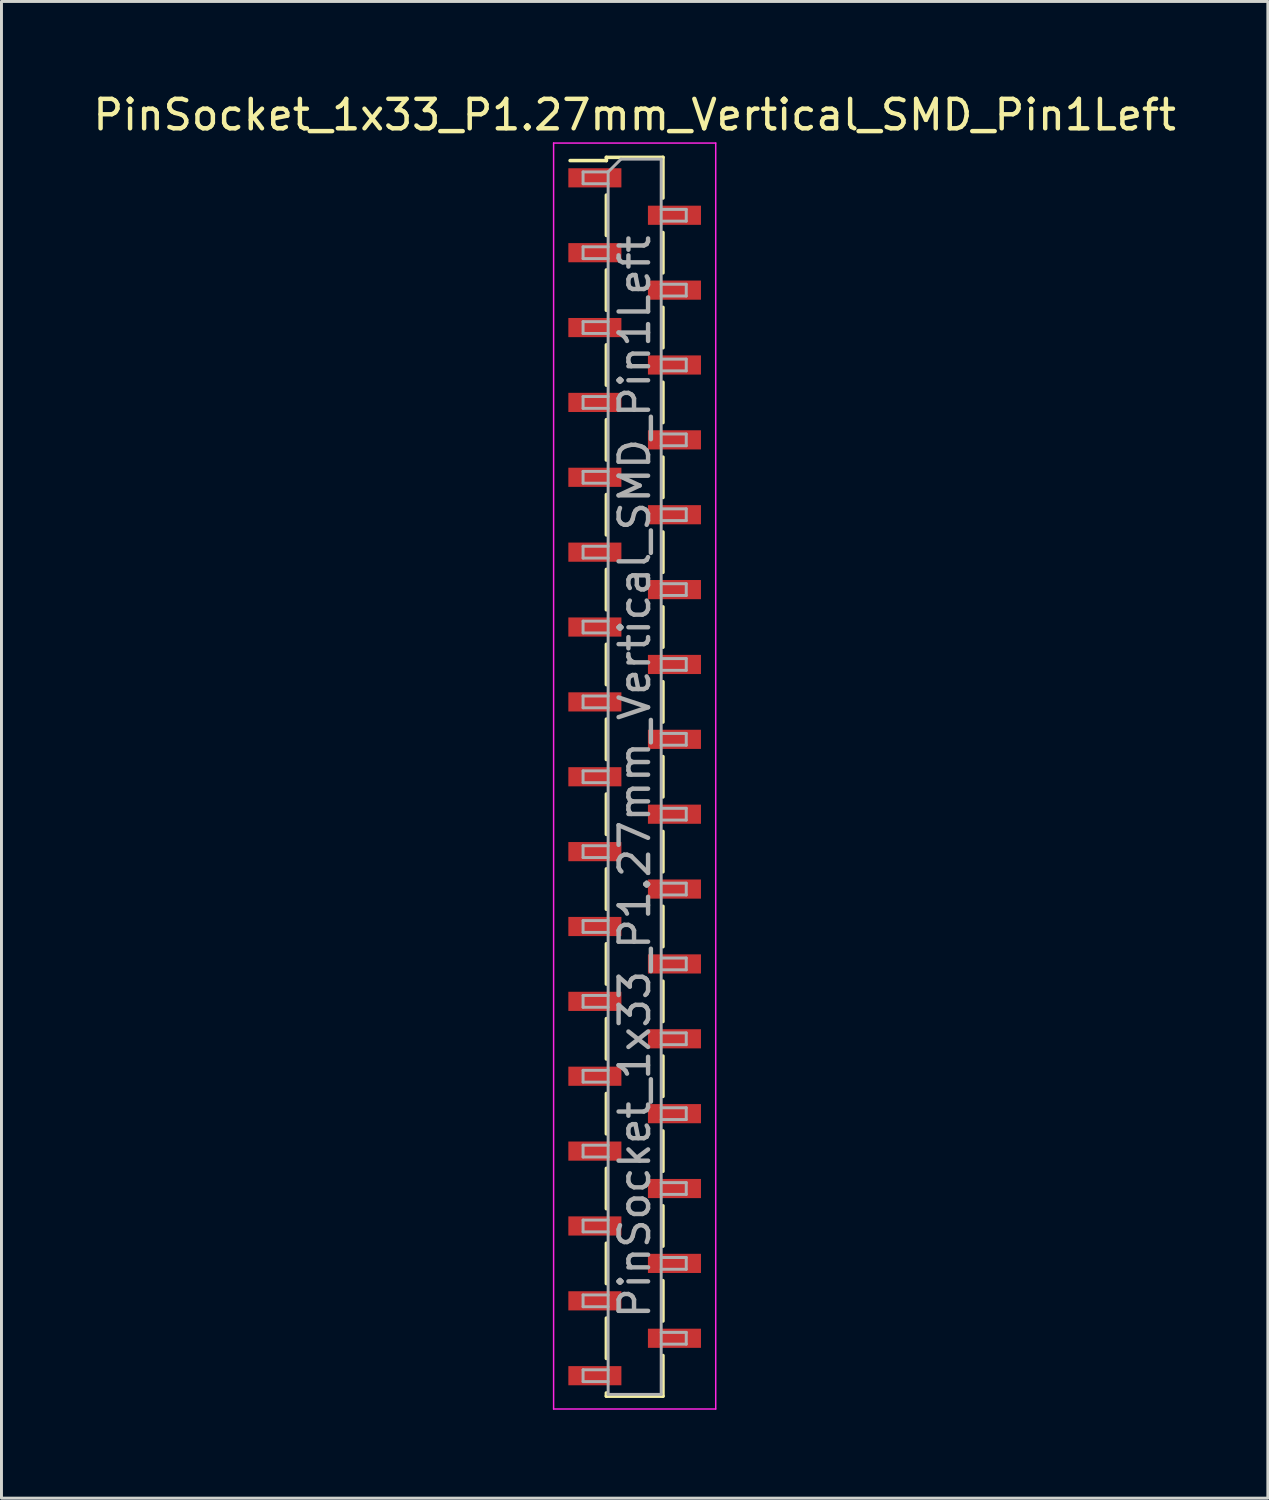
<source format=kicad_pcb>
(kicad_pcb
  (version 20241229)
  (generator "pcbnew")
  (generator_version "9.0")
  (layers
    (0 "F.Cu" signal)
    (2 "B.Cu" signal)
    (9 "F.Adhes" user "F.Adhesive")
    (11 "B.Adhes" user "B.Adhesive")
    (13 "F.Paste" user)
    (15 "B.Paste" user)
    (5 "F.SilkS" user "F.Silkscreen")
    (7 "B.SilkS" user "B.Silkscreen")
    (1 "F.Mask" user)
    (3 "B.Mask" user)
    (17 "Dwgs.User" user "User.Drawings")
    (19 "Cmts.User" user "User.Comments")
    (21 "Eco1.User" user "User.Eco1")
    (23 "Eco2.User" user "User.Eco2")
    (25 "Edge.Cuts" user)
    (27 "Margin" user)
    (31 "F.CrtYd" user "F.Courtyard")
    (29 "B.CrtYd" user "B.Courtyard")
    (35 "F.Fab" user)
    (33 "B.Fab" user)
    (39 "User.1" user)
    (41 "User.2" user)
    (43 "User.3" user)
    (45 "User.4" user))
  (footprint "PinSocket_1x33_P1.27mm_Vertical_SMD_Pin1Left"
    (layer "F.Cu")
    (at 18.482 23.303)
    (property "Reference" "PinSocket_1x33_P1.27mm_Vertical_SMD_Pin1Left" (at 0 -22.455 0) (layer "F.SilkS") (effects (font (size 1 1) (thickness 0.15))))
    (attr smd)
    (fp_line (start -2.19 -20.905) (end -0.96 -20.905) (stroke (width 0.12) (type solid)) (layer "F.SilkS"))
    (fp_line (start -0.96 -21.015) (end -0.96 -20.905) (stroke (width 0.12) (type solid)) (layer "F.SilkS"))
    (fp_line (start -0.96 -21.015) (end 0.96 -21.015) (stroke (width 0.12) (type solid)) (layer "F.SilkS"))
    (fp_line (start -0.96 -19.735) (end -0.96 -18.365) (stroke (width 0.12) (type solid)) (layer "F.SilkS"))
    (fp_line (start -0.96 -17.195) (end -0.96 -15.825) (stroke (width 0.12) (type solid)) (layer "F.SilkS"))
    (fp_line (start -0.96 -14.655) (end -0.96 -13.285) (stroke (width 0.12) (type solid)) (layer "F.SilkS"))
    (fp_line (start -0.96 -12.115) (end -0.96 -10.745) (stroke (width 0.12) (type solid)) (layer "F.SilkS"))
    (fp_line (start -0.96 -9.575) (end -0.96 -8.205) (stroke (width 0.12) (type solid)) (layer "F.SilkS"))
    (fp_line (start -0.96 -7.035) (end -0.96 -5.665) (stroke (width 0.12) (type solid)) (layer "F.SilkS"))
    (fp_line (start -0.96 -4.495) (end -0.96 -3.125) (stroke (width 0.12) (type solid)) (layer "F.SilkS"))
    (fp_line (start -0.96 -1.955) (end -0.96 -0.585) (stroke (width 0.12) (type solid)) (layer "F.SilkS"))
    (fp_line (start -0.96 0.585) (end -0.96 1.955) (stroke (width 0.12) (type solid)) (layer "F.SilkS"))
    (fp_line (start -0.96 3.125) (end -0.96 4.495) (stroke (width 0.12) (type solid)) (layer "F.SilkS"))
    (fp_line (start -0.96 5.665) (end -0.96 7.035) (stroke (width 0.12) (type solid)) (layer "F.SilkS"))
    (fp_line (start -0.96 8.205) (end -0.96 9.575) (stroke (width 0.12) (type solid)) (layer "F.SilkS"))
    (fp_line (start -0.96 10.745) (end -0.96 12.115) (stroke (width 0.12) (type solid)) (layer "F.SilkS"))
    (fp_line (start -0.96 13.285) (end -0.96 14.655) (stroke (width 0.12) (type solid)) (layer "F.SilkS"))
    (fp_line (start -0.96 15.825) (end -0.96 17.195) (stroke (width 0.12) (type solid)) (layer "F.SilkS"))
    (fp_line (start -0.96 18.365) (end -0.96 19.735) (stroke (width 0.12) (type solid)) (layer "F.SilkS"))
    (fp_line (start -0.96 20.905) (end -0.96 21.015) (stroke (width 0.12) (type solid)) (layer "F.SilkS"))
    (fp_line (start -0.96 21.015) (end 0.96 21.015) (stroke (width 0.12) (type solid)) (layer "F.SilkS"))
    (fp_line (start 0.96 -21.015) (end 0.96 -19.635) (stroke (width 0.12) (type solid)) (layer "F.SilkS"))
    (fp_line (start 0.96 -18.465) (end 0.96 -17.095) (stroke (width 0.12) (type solid)) (layer "F.SilkS"))
    (fp_line (start 0.96 -15.925) (end 0.96 -14.555) (stroke (width 0.12) (type solid)) (layer "F.SilkS"))
    (fp_line (start 0.96 -13.385) (end 0.96 -12.015) (stroke (width 0.12) (type solid)) (layer "F.SilkS"))
    (fp_line (start 0.96 -10.845) (end 0.96 -9.475) (stroke (width 0.12) (type solid)) (layer "F.SilkS"))
    (fp_line (start 0.96 -8.305) (end 0.96 -6.935) (stroke (width 0.12) (type solid)) (layer "F.SilkS"))
    (fp_line (start 0.96 -5.765) (end 0.96 -4.395) (stroke (width 0.12) (type solid)) (layer "F.SilkS"))
    (fp_line (start 0.96 -3.225) (end 0.96 -1.855) (stroke (width 0.12) (type solid)) (layer "F.SilkS"))
    (fp_line (start 0.96 -0.685) (end 0.96 0.685) (stroke (width 0.12) (type solid)) (layer "F.SilkS"))
    (fp_line (start 0.96 1.855) (end 0.96 3.225) (stroke (width 0.12) (type solid)) (layer "F.SilkS"))
    (fp_line (start 0.96 4.395) (end 0.96 5.765) (stroke (width 0.12) (type solid)) (layer "F.SilkS"))
    (fp_line (start 0.96 6.935) (end 0.96 8.305) (stroke (width 0.12) (type solid)) (layer "F.SilkS"))
    (fp_line (start 0.96 9.475) (end 0.96 10.845) (stroke (width 0.12) (type solid)) (layer "F.SilkS"))
    (fp_line (start 0.96 12.015) (end 0.96 13.385) (stroke (width 0.12) (type solid)) (layer "F.SilkS"))
    (fp_line (start 0.96 14.555) (end 0.96 15.925) (stroke (width 0.12) (type solid)) (layer "F.SilkS"))
    (fp_line (start 0.96 17.095) (end 0.96 18.465) (stroke (width 0.12) (type solid)) (layer "F.SilkS"))
    (fp_line (start 0.96 19.635) (end 0.96 21.015) (stroke (width 0.12) (type solid)) (layer "F.SilkS"))
    (fp_line (start -2.75 -21.5) (end 2.75 -21.5) (stroke (width 0.05) (type solid)) (layer "F.CrtYd"))
    (fp_line (start -2.75 21.45) (end -2.75 -21.5) (stroke (width 0.05) (type solid)) (layer "F.CrtYd"))
    (fp_line (start 2.75 -21.5) (end 2.75 21.45) (stroke (width 0.05) (type solid)) (layer "F.CrtYd"))
    (fp_line (start 2.75 21.45) (end -2.75 21.45) (stroke (width 0.05) (type solid)) (layer "F.CrtYd"))
    (fp_line (start -1.75 -20.52) (end -0.9 -20.52) (stroke (width 0.1) (type solid)) (layer "F.Fab"))
    (fp_line (start -1.75 -20.12) (end -1.75 -20.52) (stroke (width 0.1) (type solid)) (layer "F.Fab"))
    (fp_line (start -1.75 -17.98) (end -0.9 -17.98) (stroke (width 0.1) (type solid)) (layer "F.Fab"))
    (fp_line (start -1.75 -17.58) (end -1.75 -17.98) (stroke (width 0.1) (type solid)) (layer "F.Fab"))
    (fp_line (start -1.75 -15.44) (end -0.9 -15.44) (stroke (width 0.1) (type solid)) (layer "F.Fab"))
    (fp_line (start -1.75 -15.04) (end -1.75 -15.44) (stroke (width 0.1) (type solid)) (layer "F.Fab"))
    (fp_line (start -1.75 -12.9) (end -0.9 -12.9) (stroke (width 0.1) (type solid)) (layer "F.Fab"))
    (fp_line (start -1.75 -12.5) (end -1.75 -12.9) (stroke (width 0.1) (type solid)) (layer "F.Fab"))
    (fp_line (start -1.75 -10.36) (end -0.9 -10.36) (stroke (width 0.1) (type solid)) (layer "F.Fab"))
    (fp_line (start -1.75 -9.96) (end -1.75 -10.36) (stroke (width 0.1) (type solid)) (layer "F.Fab"))
    (fp_line (start -1.75 -7.82) (end -0.9 -7.82) (stroke (width 0.1) (type solid)) (layer "F.Fab"))
    (fp_line (start -1.75 -7.42) (end -1.75 -7.82) (stroke (width 0.1) (type solid)) (layer "F.Fab"))
    (fp_line (start -1.75 -5.28) (end -0.9 -5.28) (stroke (width 0.1) (type solid)) (layer "F.Fab"))
    (fp_line (start -1.75 -4.88) (end -1.75 -5.28) (stroke (width 0.1) (type solid)) (layer "F.Fab"))
    (fp_line (start -1.75 -2.74) (end -0.9 -2.74) (stroke (width 0.1) (type solid)) (layer "F.Fab"))
    (fp_line (start -1.75 -2.34) (end -1.75 -2.74) (stroke (width 0.1) (type solid)) (layer "F.Fab"))
    (fp_line (start -1.75 -0.2) (end -0.9 -0.2) (stroke (width 0.1) (type solid)) (layer "F.Fab"))
    (fp_line (start -1.75 0.2) (end -1.75 -0.2) (stroke (width 0.1) (type solid)) (layer "F.Fab"))
    (fp_line (start -1.75 2.34) (end -0.9 2.34) (stroke (width 0.1) (type solid)) (layer "F.Fab"))
    (fp_line (start -1.75 2.74) (end -1.75 2.34) (stroke (width 0.1) (type solid)) (layer "F.Fab"))
    (fp_line (start -1.75 4.88) (end -0.9 4.88) (stroke (width 0.1) (type solid)) (layer "F.Fab"))
    (fp_line (start -1.75 5.28) (end -1.75 4.88) (stroke (width 0.1) (type solid)) (layer "F.Fab"))
    (fp_line (start -1.75 7.42) (end -0.9 7.42) (stroke (width 0.1) (type solid)) (layer "F.Fab"))
    (fp_line (start -1.75 7.82) (end -1.75 7.42) (stroke (width 0.1) (type solid)) (layer "F.Fab"))
    (fp_line (start -1.75 9.96) (end -0.9 9.96) (stroke (width 0.1) (type solid)) (layer "F.Fab"))
    (fp_line (start -1.75 10.36) (end -1.75 9.96) (stroke (width 0.1) (type solid)) (layer "F.Fab"))
    (fp_line (start -1.75 12.5) (end -0.9 12.5) (stroke (width 0.1) (type solid)) (layer "F.Fab"))
    (fp_line (start -1.75 12.9) (end -1.75 12.5) (stroke (width 0.1) (type solid)) (layer "F.Fab"))
    (fp_line (start -1.75 15.04) (end -0.9 15.04) (stroke (width 0.1) (type solid)) (layer "F.Fab"))
    (fp_line (start -1.75 15.44) (end -1.75 15.04) (stroke (width 0.1) (type solid)) (layer "F.Fab"))
    (fp_line (start -1.75 17.58) (end -0.9 17.58) (stroke (width 0.1) (type solid)) (layer "F.Fab"))
    (fp_line (start -1.75 17.98) (end -1.75 17.58) (stroke (width 0.1) (type solid)) (layer "F.Fab"))
    (fp_line (start -1.75 20.12) (end -0.9 20.12) (stroke (width 0.1) (type solid)) (layer "F.Fab"))
    (fp_line (start -1.75 20.52) (end -1.75 20.12) (stroke (width 0.1) (type solid)) (layer "F.Fab"))
    (fp_line (start -0.9 -20.52) (end -0.465 -20.955) (stroke (width 0.1) (type solid)) (layer "F.Fab"))
    (fp_line (start -0.9 -20.12) (end -1.75 -20.12) (stroke (width 0.1) (type solid)) (layer "F.Fab"))
    (fp_line (start -0.9 -17.58) (end -1.75 -17.58) (stroke (width 0.1) (type solid)) (layer "F.Fab"))
    (fp_line (start -0.9 -15.04) (end -1.75 -15.04) (stroke (width 0.1) (type solid)) (layer "F.Fab"))
    (fp_line (start -0.9 -12.5) (end -1.75 -12.5) (stroke (width 0.1) (type solid)) (layer "F.Fab"))
    (fp_line (start -0.9 -9.96) (end -1.75 -9.96) (stroke (width 0.1) (type solid)) (layer "F.Fab"))
    (fp_line (start -0.9 -7.42) (end -1.75 -7.42) (stroke (width 0.1) (type solid)) (layer "F.Fab"))
    (fp_line (start -0.9 -4.88) (end -1.75 -4.88) (stroke (width 0.1) (type solid)) (layer "F.Fab"))
    (fp_line (start -0.9 -2.34) (end -1.75 -2.34) (stroke (width 0.1) (type solid)) (layer "F.Fab"))
    (fp_line (start -0.9 0.2) (end -1.75 0.2) (stroke (width 0.1) (type solid)) (layer "F.Fab"))
    (fp_line (start -0.9 2.74) (end -1.75 2.74) (stroke (width 0.1) (type solid)) (layer "F.Fab"))
    (fp_line (start -0.9 5.28) (end -1.75 5.28) (stroke (width 0.1) (type solid)) (layer "F.Fab"))
    (fp_line (start -0.9 7.82) (end -1.75 7.82) (stroke (width 0.1) (type solid)) (layer "F.Fab"))
    (fp_line (start -0.9 10.36) (end -1.75 10.36) (stroke (width 0.1) (type solid)) (layer "F.Fab"))
    (fp_line (start -0.9 12.9) (end -1.75 12.9) (stroke (width 0.1) (type solid)) (layer "F.Fab"))
    (fp_line (start -0.9 15.44) (end -1.75 15.44) (stroke (width 0.1) (type solid)) (layer "F.Fab"))
    (fp_line (start -0.9 17.98) (end -1.75 17.98) (stroke (width 0.1) (type solid)) (layer "F.Fab"))
    (fp_line (start -0.9 20.52) (end -1.75 20.52) (stroke (width 0.1) (type solid)) (layer "F.Fab"))
    (fp_line (start -0.9 20.955) (end -0.9 -20.52) (stroke (width 0.1) (type solid)) (layer "F.Fab"))
    (fp_line (start -0.465 -20.955) (end 0.9 -20.955) (stroke (width 0.1) (type solid)) (layer "F.Fab"))
    (fp_line (start 0.9 -20.955) (end 0.9 20.955) (stroke (width 0.1) (type solid)) (layer "F.Fab"))
    (fp_line (start 0.9 -19.25) (end 1.75 -19.25) (stroke (width 0.1) (type solid)) (layer "F.Fab"))
    (fp_line (start 0.9 -16.71) (end 1.75 -16.71) (stroke (width 0.1) (type solid)) (layer "F.Fab"))
    (fp_line (start 0.9 -14.17) (end 1.75 -14.17) (stroke (width 0.1) (type solid)) (layer "F.Fab"))
    (fp_line (start 0.9 -11.63) (end 1.75 -11.63) (stroke (width 0.1) (type solid)) (layer "F.Fab"))
    (fp_line (start 0.9 -9.09) (end 1.75 -9.09) (stroke (width 0.1) (type solid)) (layer "F.Fab"))
    (fp_line (start 0.9 -6.55) (end 1.75 -6.55) (stroke (width 0.1) (type solid)) (layer "F.Fab"))
    (fp_line (start 0.9 -4.01) (end 1.75 -4.01) (stroke (width 0.1) (type solid)) (layer "F.Fab"))
    (fp_line (start 0.9 -1.47) (end 1.75 -1.47) (stroke (width 0.1) (type solid)) (layer "F.Fab"))
    (fp_line (start 0.9 1.07) (end 1.75 1.07) (stroke (width 0.1) (type solid)) (layer "F.Fab"))
    (fp_line (start 0.9 3.61) (end 1.75 3.61) (stroke (width 0.1) (type solid)) (layer "F.Fab"))
    (fp_line (start 0.9 6.15) (end 1.75 6.15) (stroke (width 0.1) (type solid)) (layer "F.Fab"))
    (fp_line (start 0.9 8.69) (end 1.75 8.69) (stroke (width 0.1) (type solid)) (layer "F.Fab"))
    (fp_line (start 0.9 11.23) (end 1.75 11.23) (stroke (width 0.1) (type solid)) (layer "F.Fab"))
    (fp_line (start 0.9 13.77) (end 1.75 13.77) (stroke (width 0.1) (type solid)) (layer "F.Fab"))
    (fp_line (start 0.9 16.31) (end 1.75 16.31) (stroke (width 0.1) (type solid)) (layer "F.Fab"))
    (fp_line (start 0.9 18.85) (end 1.75 18.85) (stroke (width 0.1) (type solid)) (layer "F.Fab"))
    (fp_line (start 0.9 20.955) (end -0.9 20.955) (stroke (width 0.1) (type solid)) (layer "F.Fab"))
    (fp_line (start 1.75 -19.25) (end 1.75 -18.85) (stroke (width 0.1) (type solid)) (layer "F.Fab"))
    (fp_line (start 1.75 -18.85) (end 0.9 -18.85) (stroke (width 0.1) (type solid)) (layer "F.Fab"))
    (fp_line (start 1.75 -16.71) (end 1.75 -16.31) (stroke (width 0.1) (type solid)) (layer "F.Fab"))
    (fp_line (start 1.75 -16.31) (end 0.9 -16.31) (stroke (width 0.1) (type solid)) (layer "F.Fab"))
    (fp_line (start 1.75 -14.17) (end 1.75 -13.77) (stroke (width 0.1) (type solid)) (layer "F.Fab"))
    (fp_line (start 1.75 -13.77) (end 0.9 -13.77) (stroke (width 0.1) (type solid)) (layer "F.Fab"))
    (fp_line (start 1.75 -11.63) (end 1.75 -11.23) (stroke (width 0.1) (type solid)) (layer "F.Fab"))
    (fp_line (start 1.75 -11.23) (end 0.9 -11.23) (stroke (width 0.1) (type solid)) (layer "F.Fab"))
    (fp_line (start 1.75 -9.09) (end 1.75 -8.69) (stroke (width 0.1) (type solid)) (layer "F.Fab"))
    (fp_line (start 1.75 -8.69) (end 0.9 -8.69) (stroke (width 0.1) (type solid)) (layer "F.Fab"))
    (fp_line (start 1.75 -6.55) (end 1.75 -6.15) (stroke (width 0.1) (type solid)) (layer "F.Fab"))
    (fp_line (start 1.75 -6.15) (end 0.9 -6.15) (stroke (width 0.1) (type solid)) (layer "F.Fab"))
    (fp_line (start 1.75 -4.01) (end 1.75 -3.61) (stroke (width 0.1) (type solid)) (layer "F.Fab"))
    (fp_line (start 1.75 -3.61) (end 0.9 -3.61) (stroke (width 0.1) (type solid)) (layer "F.Fab"))
    (fp_line (start 1.75 -1.47) (end 1.75 -1.07) (stroke (width 0.1) (type solid)) (layer "F.Fab"))
    (fp_line (start 1.75 -1.07) (end 0.9 -1.07) (stroke (width 0.1) (type solid)) (layer "F.Fab"))
    (fp_line (start 1.75 1.07) (end 1.75 1.47) (stroke (width 0.1) (type solid)) (layer "F.Fab"))
    (fp_line (start 1.75 1.47) (end 0.9 1.47) (stroke (width 0.1) (type solid)) (layer "F.Fab"))
    (fp_line (start 1.75 3.61) (end 1.75 4.01) (stroke (width 0.1) (type solid)) (layer "F.Fab"))
    (fp_line (start 1.75 4.01) (end 0.9 4.01) (stroke (width 0.1) (type solid)) (layer "F.Fab"))
    (fp_line (start 1.75 6.15) (end 1.75 6.55) (stroke (width 0.1) (type solid)) (layer "F.Fab"))
    (fp_line (start 1.75 6.55) (end 0.9 6.55) (stroke (width 0.1) (type solid)) (layer "F.Fab"))
    (fp_line (start 1.75 8.69) (end 1.75 9.09) (stroke (width 0.1) (type solid)) (layer "F.Fab"))
    (fp_line (start 1.75 9.09) (end 0.9 9.09) (stroke (width 0.1) (type solid)) (layer "F.Fab"))
    (fp_line (start 1.75 11.23) (end 1.75 11.63) (stroke (width 0.1) (type solid)) (layer "F.Fab"))
    (fp_line (start 1.75 11.63) (end 0.9 11.63) (stroke (width 0.1) (type solid)) (layer "F.Fab"))
    (fp_line (start 1.75 13.77) (end 1.75 14.17) (stroke (width 0.1) (type solid)) (layer "F.Fab"))
    (fp_line (start 1.75 14.17) (end 0.9 14.17) (stroke (width 0.1) (type solid)) (layer "F.Fab"))
    (fp_line (start 1.75 16.31) (end 1.75 16.71) (stroke (width 0.1) (type solid)) (layer "F.Fab"))
    (fp_line (start 1.75 16.71) (end 0.9 16.71) (stroke (width 0.1) (type solid)) (layer "F.Fab"))
    (fp_line (start 1.75 18.85) (end 1.75 19.25) (stroke (width 0.1) (type solid)) (layer "F.Fab"))
    (fp_line (start 1.75 19.25) (end 0.9 19.25) (stroke (width 0.1) (type solid)) (layer "F.Fab"))
    (fp_text user "${REFERENCE}" (at 0 0 90) (layer "F.Fab") (effects (font (size 1 1) (thickness 0.15))))
    (pad "1" smd rect (at -1.35 -20.32) (size 1.8 0.65) (layers "F.Cu" "F.Mask" "F.Paste"))
    (pad "2" smd rect (at 1.35 -19.05) (size 1.8 0.65) (layers "F.Cu" "F.Mask" "F.Paste"))
    (pad "3" smd rect (at -1.35 -17.78) (size 1.8 0.65) (layers "F.Cu" "F.Mask" "F.Paste"))
    (pad "4" smd rect (at 1.35 -16.51) (size 1.8 0.65) (layers "F.Cu" "F.Mask" "F.Paste"))
    (pad "5" smd rect (at -1.35 -15.24) (size 1.8 0.65) (layers "F.Cu" "F.Mask" "F.Paste"))
    (pad "6" smd rect (at 1.35 -13.97) (size 1.8 0.65) (layers "F.Cu" "F.Mask" "F.Paste"))
    (pad "7" smd rect (at -1.35 -12.7) (size 1.8 0.65) (layers "F.Cu" "F.Mask" "F.Paste"))
    (pad "8" smd rect (at 1.35 -11.43) (size 1.8 0.65) (layers "F.Cu" "F.Mask" "F.Paste"))
    (pad "9" smd rect (at -1.35 -10.16) (size 1.8 0.65) (layers "F.Cu" "F.Mask" "F.Paste"))
    (pad "10" smd rect (at 1.35 -8.89) (size 1.8 0.65) (layers "F.Cu" "F.Mask" "F.Paste"))
    (pad "11" smd rect (at -1.35 -7.62) (size 1.8 0.65) (layers "F.Cu" "F.Mask" "F.Paste"))
    (pad "12" smd rect (at 1.35 -6.35) (size 1.8 0.65) (layers "F.Cu" "F.Mask" "F.Paste"))
    (pad "13" smd rect (at -1.35 -5.08) (size 1.8 0.65) (layers "F.Cu" "F.Mask" "F.Paste"))
    (pad "14" smd rect (at 1.35 -3.81) (size 1.8 0.65) (layers "F.Cu" "F.Mask" "F.Paste"))
    (pad "15" smd rect (at -1.35 -2.54) (size 1.8 0.65) (layers "F.Cu" "F.Mask" "F.Paste"))
    (pad "16" smd rect (at 1.35 -1.27) (size 1.8 0.65) (layers "F.Cu" "F.Mask" "F.Paste"))
    (pad "17" smd rect (at -1.35 0) (size 1.8 0.65) (layers "F.Cu" "F.Mask" "F.Paste"))
    (pad "18" smd rect (at 1.35 1.27) (size 1.8 0.65) (layers "F.Cu" "F.Mask" "F.Paste"))
    (pad "19" smd rect (at -1.35 2.54) (size 1.8 0.65) (layers "F.Cu" "F.Mask" "F.Paste"))
    (pad "20" smd rect (at 1.35 3.81) (size 1.8 0.65) (layers "F.Cu" "F.Mask" "F.Paste"))
    (pad "21" smd rect (at -1.35 5.08) (size 1.8 0.65) (layers "F.Cu" "F.Mask" "F.Paste"))
    (pad "22" smd rect (at 1.35 6.35) (size 1.8 0.65) (layers "F.Cu" "F.Mask" "F.Paste"))
    (pad "23" smd rect (at -1.35 7.62) (size 1.8 0.65) (layers "F.Cu" "F.Mask" "F.Paste"))
    (pad "24" smd rect (at 1.35 8.89) (size 1.8 0.65) (layers "F.Cu" "F.Mask" "F.Paste"))
    (pad "25" smd rect (at -1.35 10.16) (size 1.8 0.65) (layers "F.Cu" "F.Mask" "F.Paste"))
    (pad "26" smd rect (at 1.35 11.43) (size 1.8 0.65) (layers "F.Cu" "F.Mask" "F.Paste"))
    (pad "27" smd rect (at -1.35 12.7) (size 1.8 0.65) (layers "F.Cu" "F.Mask" "F.Paste"))
    (pad "28" smd rect (at 1.35 13.97) (size 1.8 0.65) (layers "F.Cu" "F.Mask" "F.Paste"))
    (pad "29" smd rect (at -1.35 15.24) (size 1.8 0.65) (layers "F.Cu" "F.Mask" "F.Paste"))
    (pad "30" smd rect (at 1.35 16.51) (size 1.8 0.65) (layers "F.Cu" "F.Mask" "F.Paste"))
    (pad "31" smd rect (at -1.35 17.78) (size 1.8 0.65) (layers "F.Cu" "F.Mask" "F.Paste"))
    (pad "32" smd rect (at 1.35 19.05) (size 1.8 0.65) (layers "F.Cu" "F.Mask" "F.Paste"))
    (pad "33" smd rect (at -1.35 20.32) (size 1.8 0.65) (layers "F.Cu" "F.Mask" "F.Paste")))
  (gr_rect
    (start -3 -3)
    (end 39.964 47.778)
    (stroke (width 0.1) (type default))
    (fill no)
    (layer "Edge.Cuts")))
</source>
